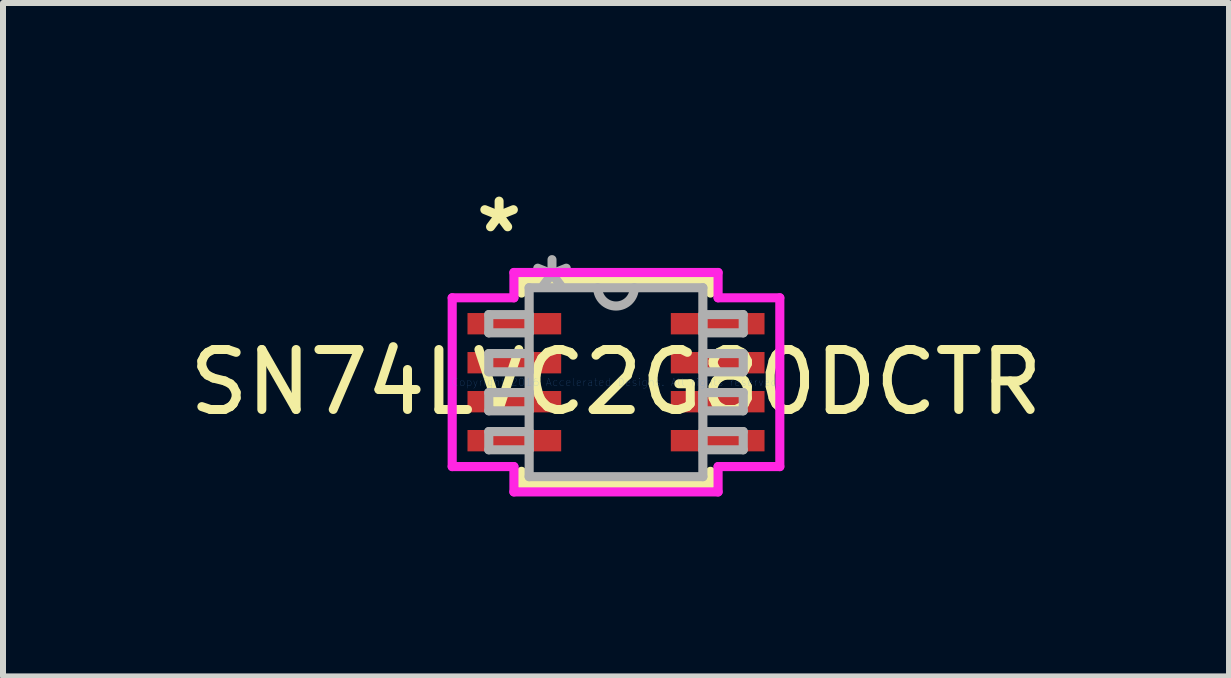
<source format=kicad_pcb>
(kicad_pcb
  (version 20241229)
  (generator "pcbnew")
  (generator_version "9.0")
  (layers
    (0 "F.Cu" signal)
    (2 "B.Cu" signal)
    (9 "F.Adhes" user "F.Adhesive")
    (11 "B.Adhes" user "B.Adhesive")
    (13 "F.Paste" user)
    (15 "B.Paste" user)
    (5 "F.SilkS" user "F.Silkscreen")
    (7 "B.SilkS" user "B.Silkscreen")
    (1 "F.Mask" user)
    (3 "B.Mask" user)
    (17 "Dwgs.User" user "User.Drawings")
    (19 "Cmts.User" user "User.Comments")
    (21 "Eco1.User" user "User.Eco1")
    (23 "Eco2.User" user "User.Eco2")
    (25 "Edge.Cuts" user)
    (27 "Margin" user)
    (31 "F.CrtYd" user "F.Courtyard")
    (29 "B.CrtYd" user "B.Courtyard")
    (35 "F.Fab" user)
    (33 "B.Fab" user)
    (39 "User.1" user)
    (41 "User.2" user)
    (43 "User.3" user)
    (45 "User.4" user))
  (footprint "SN74LVC2G80DCTR"
    (layer "F.Cu")
    (at 7.22 3.322)
    (property "Reference" "SN74LVC2G80DCTR" (at 0 0 0) (layer "F.SilkS") (effects (font (size 1 1) (thickness 0.15))))
    (attr through_hole)
    (fp_line (start -1.575 -1.702) (end -1.575 -1.486) (stroke (width 0.152) (type solid)) (layer "F.SilkS"))
    (fp_line (start -1.575 1.486) (end -1.575 1.702) (stroke (width 0.152) (type solid)) (layer "F.SilkS"))
    (fp_line (start -1.575 1.702) (end 1.575 1.702) (stroke (width 0.152) (type solid)) (layer "F.SilkS"))
    (fp_line (start 1.575 -1.702) (end -1.575 -1.702) (stroke (width 0.152) (type solid)) (layer "F.SilkS"))
    (fp_line (start 1.575 -1.486) (end 1.575 -1.702) (stroke (width 0.152) (type solid)) (layer "F.SilkS"))
    (fp_line (start 1.575 1.702) (end 1.575 1.486) (stroke (width 0.152) (type solid)) (layer "F.SilkS"))
    (fp_line (start -2.731 -1.407) (end -1.702 -1.407) (stroke (width 0.152) (type solid)) (layer "F.CrtYd"))
    (fp_line (start -2.731 1.407) (end -2.731 -1.407) (stroke (width 0.152) (type solid)) (layer "F.CrtYd"))
    (fp_line (start -1.702 -1.829) (end 1.702 -1.829) (stroke (width 0.152) (type solid)) (layer "F.CrtYd"))
    (fp_line (start -1.702 -1.407) (end -1.702 -1.829) (stroke (width 0.152) (type solid)) (layer "F.CrtYd"))
    (fp_line (start -1.702 1.407) (end -2.731 1.407) (stroke (width 0.152) (type solid)) (layer "F.CrtYd"))
    (fp_line (start -1.702 1.829) (end -1.702 1.407) (stroke (width 0.152) (type solid)) (layer "F.CrtYd"))
    (fp_line (start 1.702 -1.829) (end 1.702 -1.407) (stroke (width 0.152) (type solid)) (layer "F.CrtYd"))
    (fp_line (start 1.702 -1.407) (end 2.731 -1.407) (stroke (width 0.152) (type solid)) (layer "F.CrtYd"))
    (fp_line (start 1.702 1.407) (end 1.702 1.829) (stroke (width 0.152) (type solid)) (layer "F.CrtYd"))
    (fp_line (start 1.702 1.829) (end -1.702 1.829) (stroke (width 0.152) (type solid)) (layer "F.CrtYd"))
    (fp_line (start 2.731 -1.407) (end 2.731 1.407) (stroke (width 0.152) (type solid)) (layer "F.CrtYd"))
    (fp_line (start 2.731 1.407) (end 1.702 1.407) (stroke (width 0.152) (type solid)) (layer "F.CrtYd"))
    (fp_line (start -2.121 -1.127) (end -2.121 -0.823) (stroke (width 0.152) (type solid)) (layer "F.Fab"))
    (fp_line (start -2.121 -0.823) (end -1.448 -0.823) (stroke (width 0.152) (type solid)) (layer "F.Fab"))
    (fp_line (start -2.121 -0.477) (end -2.121 -0.173) (stroke (width 0.152) (type solid)) (layer "F.Fab"))
    (fp_line (start -2.121 -0.173) (end -1.448 -0.173) (stroke (width 0.152) (type solid)) (layer "F.Fab"))
    (fp_line (start -2.121 0.173) (end -2.121 0.477) (stroke (width 0.152) (type solid)) (layer "F.Fab"))
    (fp_line (start -2.121 0.477) (end -1.448 0.477) (stroke (width 0.152) (type solid)) (layer "F.Fab"))
    (fp_line (start -2.121 0.823) (end -2.121 1.127) (stroke (width 0.152) (type solid)) (layer "F.Fab"))
    (fp_line (start -2.121 1.127) (end -1.448 1.127) (stroke (width 0.152) (type solid)) (layer "F.Fab"))
    (fp_line (start -1.448 -1.575) (end -1.448 1.575) (stroke (width 0.152) (type solid)) (layer "F.Fab"))
    (fp_line (start -1.448 -1.127) (end -2.121 -1.127) (stroke (width 0.152) (type solid)) (layer "F.Fab"))
    (fp_line (start -1.448 -0.823) (end -1.448 -1.127) (stroke (width 0.152) (type solid)) (layer "F.Fab"))
    (fp_line (start -1.448 -0.477) (end -2.121 -0.477) (stroke (width 0.152) (type solid)) (layer "F.Fab"))
    (fp_line (start -1.448 -0.173) (end -1.448 -0.477) (stroke (width 0.152) (type solid)) (layer "F.Fab"))
    (fp_line (start -1.448 0.173) (end -2.121 0.173) (stroke (width 0.152) (type solid)) (layer "F.Fab"))
    (fp_line (start -1.448 0.477) (end -1.448 0.173) (stroke (width 0.152) (type solid)) (layer "F.Fab"))
    (fp_line (start -1.448 0.823) (end -2.121 0.823) (stroke (width 0.152) (type solid)) (layer "F.Fab"))
    (fp_line (start -1.448 1.127) (end -1.448 0.823) (stroke (width 0.152) (type solid)) (layer "F.Fab"))
    (fp_line (start -1.448 1.575) (end 1.448 1.575) (stroke (width 0.152) (type solid)) (layer "F.Fab"))
    (fp_line (start 1.448 -1.575) (end -1.448 -1.575) (stroke (width 0.152) (type solid)) (layer "F.Fab"))
    (fp_line (start 1.448 -1.127) (end 1.448 -0.823) (stroke (width 0.152) (type solid)) (layer "F.Fab"))
    (fp_line (start 1.448 -0.823) (end 2.121 -0.823) (stroke (width 0.152) (type solid)) (layer "F.Fab"))
    (fp_line (start 1.448 -0.477) (end 1.448 -0.173) (stroke (width 0.152) (type solid)) (layer "F.Fab"))
    (fp_line (start 1.448 -0.173) (end 2.121 -0.173) (stroke (width 0.152) (type solid)) (layer "F.Fab"))
    (fp_line (start 1.448 0.173) (end 1.448 0.477) (stroke (width 0.152) (type solid)) (layer "F.Fab"))
    (fp_line (start 1.448 0.477) (end 2.121 0.477) (stroke (width 0.152) (type solid)) (layer "F.Fab"))
    (fp_line (start 1.448 0.823) (end 1.448 1.127) (stroke (width 0.152) (type solid)) (layer "F.Fab"))
    (fp_line (start 1.448 1.127) (end 2.121 1.127) (stroke (width 0.152) (type solid)) (layer "F.Fab"))
    (fp_line (start 1.448 1.575) (end 1.448 -1.575) (stroke (width 0.152) (type solid)) (layer "F.Fab"))
    (fp_line (start 2.121 -1.127) (end 1.448 -1.127) (stroke (width 0.152) (type solid)) (layer "F.Fab"))
    (fp_line (start 2.121 -0.823) (end 2.121 -1.127) (stroke (width 0.152) (type solid)) (layer "F.Fab"))
    (fp_line (start 2.121 -0.477) (end 1.448 -0.477) (stroke (width 0.152) (type solid)) (layer "F.Fab"))
    (fp_line (start 2.121 -0.173) (end 2.121 -0.477) (stroke (width 0.152) (type solid)) (layer "F.Fab"))
    (fp_line (start 2.121 0.173) (end 1.448 0.173) (stroke (width 0.152) (type solid)) (layer "F.Fab"))
    (fp_line (start 2.121 0.477) (end 2.121 0.173) (stroke (width 0.152) (type solid)) (layer "F.Fab"))
    (fp_line (start 2.121 0.823) (end 1.448 0.823) (stroke (width 0.152) (type solid)) (layer "F.Fab"))
    (fp_line (start 2.121 1.127) (end 2.121 0.823) (stroke (width 0.152) (type solid)) (layer "F.Fab"))
    (fp_arc (start 0.3048 -1.5748) (mid 0 -1.27) (end -0.3048 -1.5748) (stroke (width 0.1524) (type solid)) (layer "F.Fab"))
    (fp_text user "*" (at -1.949 -2.474 0) (layer "F.SilkS") (effects (font (size 1 1) (thickness 0.15))))
    (fp_text user "Copyright 2016 Accelerated Designs. All rights reserved." (at 0 0 0) (layer "Cmts.User") (effects (font (size 0.127 0.127) (thickness 0.002))))
    (fp_text user "*" (at -1.067 -1.499 0) (layer "F.Fab") (effects (font (size 1 1) (thickness 0.15))))
    (pad "1" smd rect (at -1.695 -0.975) (size 1.562 0.356) (layers "F.Cu" "F.Mask" "F.Paste"))
    (pad "2" smd rect (at -1.695 -0.325) (size 1.562 0.356) (layers "F.Cu" "F.Mask" "F.Paste"))
    (pad "3" smd rect (at -1.695 0.325) (size 1.562 0.356) (layers "F.Cu" "F.Mask" "F.Paste"))
    (pad "4" smd rect (at -1.695 0.975) (size 1.562 0.356) (layers "F.Cu" "F.Mask" "F.Paste"))
    (pad "5" smd rect (at 1.695 0.975) (size 1.562 0.356) (layers "F.Cu" "F.Mask" "F.Paste"))
    (pad "6" smd rect (at 1.695 0.325) (size 1.562 0.356) (layers "F.Cu" "F.Mask" "F.Paste"))
    (pad "7" smd rect (at 1.695 -0.325) (size 1.562 0.356) (layers "F.Cu" "F.Mask" "F.Paste"))
    (pad "8" smd rect (at 1.695 -0.975) (size 1.562 0.356) (layers "F.Cu" "F.Mask" "F.Paste")))
  (gr_rect
    (start -3 -3)
    (end 17.44 8.227)
    (stroke (width 0.1) (type default))
    (fill no)
    (layer "Edge.Cuts")))
</source>
